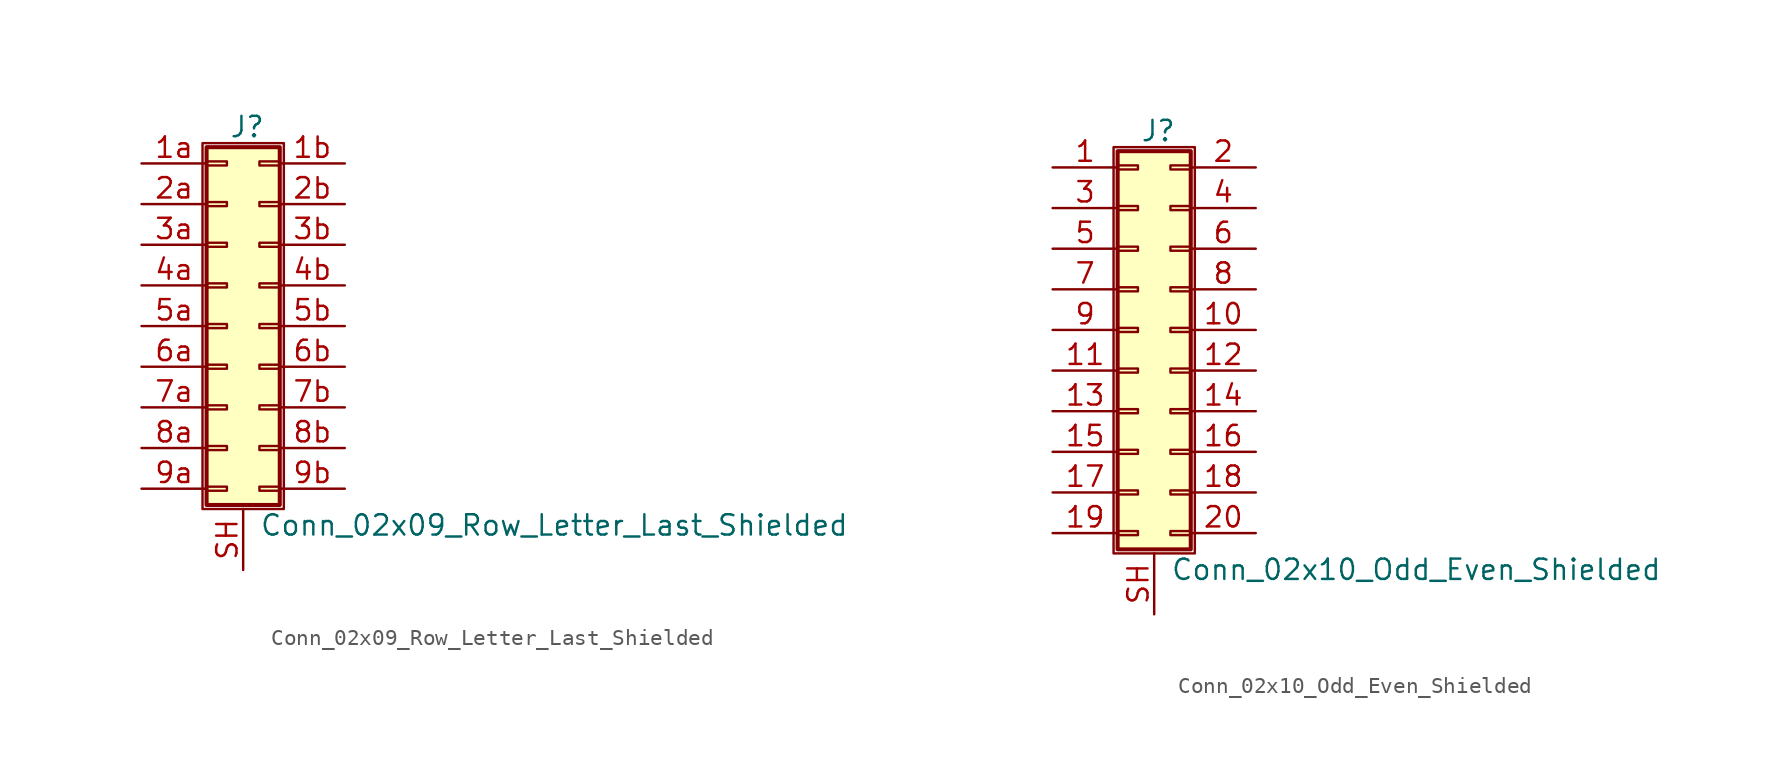
<source format=kicad_sym>
(kicad_symbol_lib
  (version 20201005)
  (generator kicad_symbol_editor)
  (symbol "Conn_02x09_Row_Letter_Last_Shielded"
    (pin_names
      (offset 1.016) hide)
    (property "Reference" "J"
      (at 1.524 12.446 0)
      (effects (font (size 1.27 1.27))))
    (property "Value" "Conn_02x09_Row_Letter_Last_Shielded"
      (at 2.286 -12.446 0)
      (effects (font (size 1.27 1.27)) (justify left)))
    (symbol "Conn_02x09_Row_Letter_Last_Shielded_1_1"
      (rectangle (start -1.27 11.43) (end 3.81 -11.43) (stroke (width 0.152)) (fill (type none)))
      (rectangle (start -1.016 -10.033) (end 0.254 -10.287) (stroke (width 0.152)) (fill (type none)))
      (rectangle (start -1.016 -7.493) (end 0.254 -7.747) (stroke (width 0.152)) (fill (type none)))
      (rectangle (start -1.016 -4.953) (end 0.254 -5.207) (stroke (width 0.152)) (fill (type none)))
      (rectangle (start -1.016 -2.413) (end 0.254 -2.667) (stroke (width 0.152)) (fill (type none)))
      (rectangle (start -1.016 0.127) (end 0.254 -0.127) (stroke (width 0.152)) (fill (type none)))
      (rectangle (start -1.016 2.667) (end 0.254 2.413) (stroke (width 0.152)) (fill (type none)))
      (rectangle (start -1.016 5.207) (end 0.254 4.953) (stroke (width 0.152)) (fill (type none)))
      (rectangle (start -1.016 7.747) (end 0.254 7.493) (stroke (width 0.152)) (fill (type none)))
      (rectangle (start -1.016 10.287) (end 0.254 10.033) (stroke (width 0.152)) (fill (type none)))
      (rectangle (start -1.016 11.176) (end 3.556 -11.176) (stroke (width 0.254)) (fill (type background)))
      (rectangle (start 3.556 -10.033) (end 2.286 -10.287) (stroke (width 0.152)) (fill (type none)))
      (rectangle (start 3.556 -7.493) (end 2.286 -7.747) (stroke (width 0.152)) (fill (type none)))
      (rectangle (start 3.556 -4.953) (end 2.286 -5.207) (stroke (width 0.152)) (fill (type none)))
      (rectangle (start 3.556 -2.413) (end 2.286 -2.667) (stroke (width 0.152)) (fill (type none)))
      (rectangle (start 3.556 0.127) (end 2.286 -0.127) (stroke (width 0.152)) (fill (type none)))
      (rectangle (start 3.556 2.667) (end 2.286 2.413) (stroke (width 0.152)) (fill (type none)))
      (rectangle (start 3.556 5.207) (end 2.286 4.953) (stroke (width 0.152)) (fill (type none)))
      (rectangle (start 3.556 7.747) (end 2.286 7.493) (stroke (width 0.152)) (fill (type none)))
      (rectangle (start 3.556 10.287) (end 2.286 10.033) (stroke (width 0.152)) (fill (type none)))
      (pin passive line (at -5.08 10.16 0) (length 4.064) (name "Pin_1a" (effects (font (size 1.27 1.27)))) (number "1a" (effects (font (size 1.27 1.27)))))
      (pin passive line (at 7.62 10.16 180) (length 4.064) (name "Pin_1b" (effects (font (size 1.27 1.27)))) (number "1b" (effects (font (size 1.27 1.27)))))
      (pin passive line (at -5.08 7.62 0) (length 4.064) (name "Pin_2a" (effects (font (size 1.27 1.27)))) (number "2a" (effects (font (size 1.27 1.27)))))
      (pin passive line (at 7.62 7.62 180) (length 4.064) (name "Pin_2b" (effects (font (size 1.27 1.27)))) (number "2b" (effects (font (size 1.27 1.27)))))
      (pin passive line (at -5.08 5.08 0) (length 4.064) (name "Pin_3a" (effects (font (size 1.27 1.27)))) (number "3a" (effects (font (size 1.27 1.27)))))
      (pin passive line (at 7.62 5.08 180) (length 4.064) (name "Pin_3b" (effects (font (size 1.27 1.27)))) (number "3b" (effects (font (size 1.27 1.27)))))
      (pin passive line (at -5.08 2.54 0) (length 4.064) (name "Pin_4a" (effects (font (size 1.27 1.27)))) (number "4a" (effects (font (size 1.27 1.27)))))
      (pin passive line (at 7.62 2.54 180) (length 4.064) (name "Pin_4b" (effects (font (size 1.27 1.27)))) (number "4b" (effects (font (size 1.27 1.27)))))
      (pin passive line (at -5.08 0 0) (length 4.064) (name "Pin_5a" (effects (font (size 1.27 1.27)))) (number "5a" (effects (font (size 1.27 1.27)))))
      (pin passive line (at 7.62 0 180) (length 4.064) (name "Pin_5b" (effects (font (size 1.27 1.27)))) (number "5b" (effects (font (size 1.27 1.27)))))
      (pin passive line (at -5.08 -2.54 0) (length 4.064) (name "Pin_6a" (effects (font (size 1.27 1.27)))) (number "6a" (effects (font (size 1.27 1.27)))))
      (pin passive line (at 7.62 -2.54 180) (length 4.064) (name "Pin_6b" (effects (font (size 1.27 1.27)))) (number "6b" (effects (font (size 1.27 1.27)))))
      (pin passive line (at -5.08 -5.08 0) (length 4.064) (name "Pin_7a" (effects (font (size 1.27 1.27)))) (number "7a" (effects (font (size 1.27 1.27)))))
      (pin passive line (at 7.62 -5.08 180) (length 4.064) (name "Pin_7b" (effects (font (size 1.27 1.27)))) (number "7b" (effects (font (size 1.27 1.27)))))
      (pin passive line (at -5.08 -7.62 0) (length 4.064) (name "Pin_8a" (effects (font (size 1.27 1.27)))) (number "8a" (effects (font (size 1.27 1.27)))))
      (pin passive line (at 7.62 -7.62 180) (length 4.064) (name "Pin_8b" (effects (font (size 1.27 1.27)))) (number "8b" (effects (font (size 1.27 1.27)))))
      (pin passive line (at -5.08 -10.16 0) (length 4.064) (name "Pin_9a" (effects (font (size 1.27 1.27)))) (number "9a" (effects (font (size 1.27 1.27)))))
      (pin passive line (at 7.62 -10.16 180) (length 4.064) (name "Pin_9b" (effects (font (size 1.27 1.27)))) (number "9b" (effects (font (size 1.27 1.27)))))
      (pin passive line (at 1.27 -15.24 90) (length 3.81) (name "Shield" (effects (font (size 1.27 1.27)))) (number "SH" (effects (font (size 1.27 1.27)))))))
  (symbol "Conn_02x10_Odd_Even_Shielded"
    (pin_names
      (offset 1.016) hide)
    (property "Reference" "J"
      (at 1.524 12.446 0)
      (effects (font (size 1.27 1.27))))
    (property "Value" "Conn_02x10_Odd_Even_Shielded"
      (at 2.286 -14.986 0)
      (effects (font (size 1.27 1.27)) (justify left)))
    (symbol "Conn_02x10_Odd_Even_Shielded_1_1"
      (rectangle (start -1.27 11.43) (end 3.81 -13.97) (stroke (width 0.152)) (fill (type none)))
      (rectangle (start -1.016 -12.573) (end 0.254 -12.827) (stroke (width 0.152)) (fill (type none)))
      (rectangle (start -1.016 -10.033) (end 0.254 -10.287) (stroke (width 0.152)) (fill (type none)))
      (rectangle (start -1.016 -7.493) (end 0.254 -7.747) (stroke (width 0.152)) (fill (type none)))
      (rectangle (start -1.016 -4.953) (end 0.254 -5.207) (stroke (width 0.152)) (fill (type none)))
      (rectangle (start -1.016 -2.413) (end 0.254 -2.667) (stroke (width 0.152)) (fill (type none)))
      (rectangle (start -1.016 0.127) (end 0.254 -0.127) (stroke (width 0.152)) (fill (type none)))
      (rectangle (start -1.016 2.667) (end 0.254 2.413) (stroke (width 0.152)) (fill (type none)))
      (rectangle (start -1.016 5.207) (end 0.254 4.953) (stroke (width 0.152)) (fill (type none)))
      (rectangle (start -1.016 7.747) (end 0.254 7.493) (stroke (width 0.152)) (fill (type none)))
      (rectangle (start -1.016 10.287) (end 0.254 10.033) (stroke (width 0.152)) (fill (type none)))
      (rectangle (start -1.016 11.176) (end 3.556 -13.716) (stroke (width 0.254)) (fill (type background)))
      (rectangle (start 3.556 -12.573) (end 2.286 -12.827) (stroke (width 0.152)) (fill (type none)))
      (rectangle (start 3.556 -10.033) (end 2.286 -10.287) (stroke (width 0.152)) (fill (type none)))
      (rectangle (start 3.556 -7.493) (end 2.286 -7.747) (stroke (width 0.152)) (fill (type none)))
      (rectangle (start 3.556 -4.953) (end 2.286 -5.207) (stroke (width 0.152)) (fill (type none)))
      (rectangle (start 3.556 -2.413) (end 2.286 -2.667) (stroke (width 0.152)) (fill (type none)))
      (rectangle (start 3.556 0.127) (end 2.286 -0.127) (stroke (width 0.152)) (fill (type none)))
      (rectangle (start 3.556 2.667) (end 2.286 2.413) (stroke (width 0.152)) (fill (type none)))
      (rectangle (start 3.556 5.207) (end 2.286 4.953) (stroke (width 0.152)) (fill (type none)))
      (rectangle (start 3.556 7.747) (end 2.286 7.493) (stroke (width 0.152)) (fill (type none)))
      (rectangle (start 3.556 10.287) (end 2.286 10.033) (stroke (width 0.152)) (fill (type none)))
      (pin passive line (at -5.08 10.16 0) (length 4.064) (name "Pin_1" (effects (font (size 1.27 1.27)))) (number "1" (effects (font (size 1.27 1.27)))))
      (pin passive line (at 7.62 0 180) (length 4.064) (name "Pin_10" (effects (font (size 1.27 1.27)))) (number "10" (effects (font (size 1.27 1.27)))))
      (pin passive line (at -5.08 -2.54 0) (length 4.064) (name "Pin_11" (effects (font (size 1.27 1.27)))) (number "11" (effects (font (size 1.27 1.27)))))
      (pin passive line (at 7.62 -2.54 180) (length 4.064) (name "Pin_12" (effects (font (size 1.27 1.27)))) (number "12" (effects (font (size 1.27 1.27)))))
      (pin passive line (at -5.08 -5.08 0) (length 4.064) (name "Pin_13" (effects (font (size 1.27 1.27)))) (number "13" (effects (font (size 1.27 1.27)))))
      (pin passive line (at 7.62 -5.08 180) (length 4.064) (name "Pin_14" (effects (font (size 1.27 1.27)))) (number "14" (effects (font (size 1.27 1.27)))))
      (pin passive line (at -5.08 -7.62 0) (length 4.064) (name "Pin_15" (effects (font (size 1.27 1.27)))) (number "15" (effects (font (size 1.27 1.27)))))
      (pin passive line (at 7.62 -7.62 180) (length 4.064) (name "Pin_16" (effects (font (size 1.27 1.27)))) (number "16" (effects (font (size 1.27 1.27)))))
      (pin passive line (at -5.08 -10.16 0) (length 4.064) (name "Pin_17" (effects (font (size 1.27 1.27)))) (number "17" (effects (font (size 1.27 1.27)))))
      (pin passive line (at 7.62 -10.16 180) (length 4.064) (name "Pin_18" (effects (font (size 1.27 1.27)))) (number "18" (effects (font (size 1.27 1.27)))))
      (pin passive line (at -5.08 -12.7 0) (length 4.064) (name "Pin_19" (effects (font (size 1.27 1.27)))) (number "19" (effects (font (size 1.27 1.27)))))
      (pin passive line (at 7.62 10.16 180) (length 4.064) (name "Pin_2" (effects (font (size 1.27 1.27)))) (number "2" (effects (font (size 1.27 1.27)))))
      (pin passive line (at 7.62 -12.7 180) (length 4.064) (name "Pin_20" (effects (font (size 1.27 1.27)))) (number "20" (effects (font (size 1.27 1.27)))))
      (pin passive line (at -5.08 7.62 0) (length 4.064) (name "Pin_3" (effects (font (size 1.27 1.27)))) (number "3" (effects (font (size 1.27 1.27)))))
      (pin passive line (at 7.62 7.62 180) (length 4.064) (name "Pin_4" (effects (font (size 1.27 1.27)))) (number "4" (effects (font (size 1.27 1.27)))))
      (pin passive line (at -5.08 5.08 0) (length 4.064) (name "Pin_5" (effects (font (size 1.27 1.27)))) (number "5" (effects (font (size 1.27 1.27)))))
      (pin passive line (at 7.62 5.08 180) (length 4.064) (name "Pin_6" (effects (font (size 1.27 1.27)))) (number "6" (effects (font (size 1.27 1.27)))))
      (pin passive line (at -5.08 2.54 0) (length 4.064) (name "Pin_7" (effects (font (size 1.27 1.27)))) (number "7" (effects (font (size 1.27 1.27)))))
      (pin passive line (at 7.62 2.54 180) (length 4.064) (name "Pin_8" (effects (font (size 1.27 1.27)))) (number "8" (effects (font (size 1.27 1.27)))))
      (pin passive line (at -5.08 0 0) (length 4.064) (name "Pin_9" (effects (font (size 1.27 1.27)))) (number "9" (effects (font (size 1.27 1.27)))))
      (pin passive line (at 1.27 -17.78 90) (length 3.81) (name "Shield" (effects (font (size 1.27 1.27)))) (number "SH" (effects (font (size 1.27 1.27))))))))
</source>
